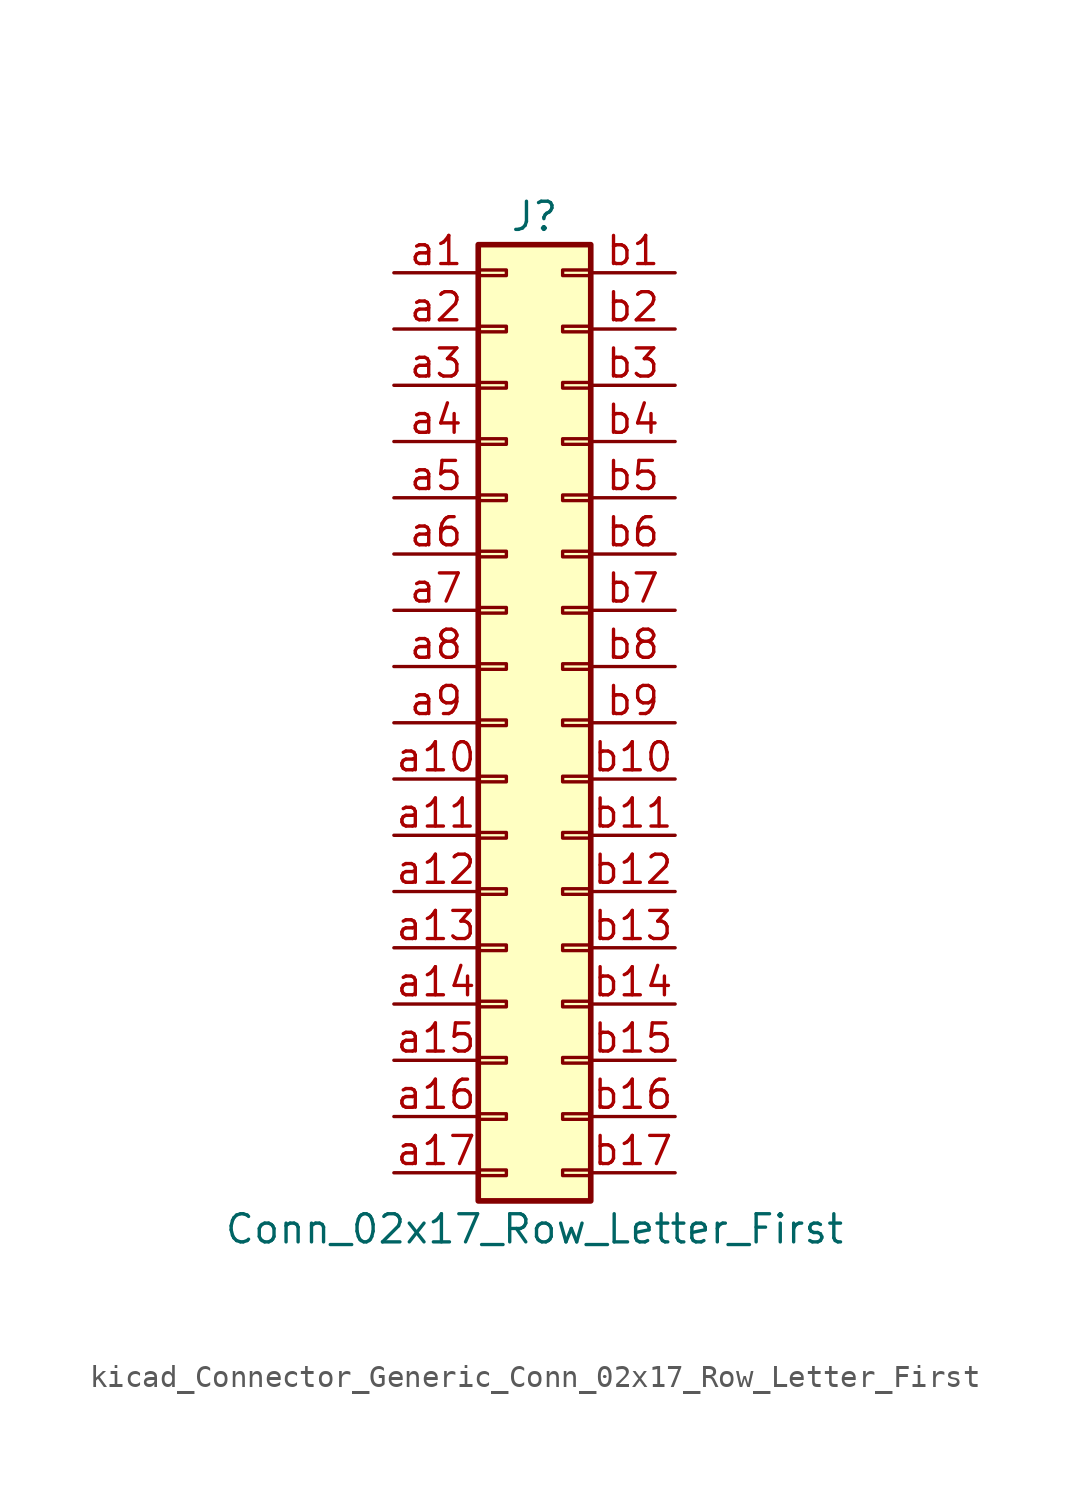
<source format=kicad_sym>
(kicad_symbol_lib
  (version 20220914)
  (generator kicad_symbol_editor)
  (symbol "kicad_Connector_Generic_Conn_02x17_Row_Letter_First"
    (pin_names
      (offset 1.016) hide)
    (property "Reference" "J"
      (at 1.27 22.86 0)
      (effects (font (size 1.27 1.27))))
    (property "Value" "Conn_02x17_Row_Letter_First"
      (at 1.27 -22.86 0)
      (effects (font (size 1.27 1.27))))
    (symbol "kicad_Connector_Generic_Conn_02x17_Row_Letter_First_1_1"
      (rectangle (start -1.27 -20.193) (end 0 -20.447) (stroke (width 0.152) (type default)) (fill (type none)))
      (rectangle (start -1.27 -17.653) (end 0 -17.907) (stroke (width 0.152) (type default)) (fill (type none)))
      (rectangle (start -1.27 -15.113) (end 0 -15.367) (stroke (width 0.152) (type default)) (fill (type none)))
      (rectangle (start -1.27 -12.573) (end 0 -12.827) (stroke (width 0.152) (type default)) (fill (type none)))
      (rectangle (start -1.27 -10.033) (end 0 -10.287) (stroke (width 0.152) (type default)) (fill (type none)))
      (rectangle (start -1.27 -7.493) (end 0 -7.747) (stroke (width 0.152) (type default)) (fill (type none)))
      (rectangle (start -1.27 -4.953) (end 0 -5.207) (stroke (width 0.152) (type default)) (fill (type none)))
      (rectangle (start -1.27 -2.413) (end 0 -2.667) (stroke (width 0.152) (type default)) (fill (type none)))
      (rectangle (start -1.27 0.127) (end 0 -0.127) (stroke (width 0.152) (type default)) (fill (type none)))
      (rectangle (start -1.27 2.667) (end 0 2.413) (stroke (width 0.152) (type default)) (fill (type none)))
      (rectangle (start -1.27 5.207) (end 0 4.953) (stroke (width 0.152) (type default)) (fill (type none)))
      (rectangle (start -1.27 7.747) (end 0 7.493) (stroke (width 0.152) (type default)) (fill (type none)))
      (rectangle (start -1.27 10.287) (end 0 10.033) (stroke (width 0.152) (type default)) (fill (type none)))
      (rectangle (start -1.27 12.827) (end 0 12.573) (stroke (width 0.152) (type default)) (fill (type none)))
      (rectangle (start -1.27 15.367) (end 0 15.113) (stroke (width 0.152) (type default)) (fill (type none)))
      (rectangle (start -1.27 17.907) (end 0 17.653) (stroke (width 0.152) (type default)) (fill (type none)))
      (rectangle (start -1.27 20.447) (end 0 20.193) (stroke (width 0.152) (type default)) (fill (type none)))
      (rectangle (start -1.27 21.59) (end 3.81 -21.59) (stroke (width 0.254) (type default)) (fill (type background)))
      (rectangle (start 3.81 -20.193) (end 2.54 -20.447) (stroke (width 0.152) (type default)) (fill (type none)))
      (rectangle (start 3.81 -17.653) (end 2.54 -17.907) (stroke (width 0.152) (type default)) (fill (type none)))
      (rectangle (start 3.81 -15.113) (end 2.54 -15.367) (stroke (width 0.152) (type default)) (fill (type none)))
      (rectangle (start 3.81 -12.573) (end 2.54 -12.827) (stroke (width 0.152) (type default)) (fill (type none)))
      (rectangle (start 3.81 -10.033) (end 2.54 -10.287) (stroke (width 0.152) (type default)) (fill (type none)))
      (rectangle (start 3.81 -7.493) (end 2.54 -7.747) (stroke (width 0.152) (type default)) (fill (type none)))
      (rectangle (start 3.81 -4.953) (end 2.54 -5.207) (stroke (width 0.152) (type default)) (fill (type none)))
      (rectangle (start 3.81 -2.413) (end 2.54 -2.667) (stroke (width 0.152) (type default)) (fill (type none)))
      (rectangle (start 3.81 0.127) (end 2.54 -0.127) (stroke (width 0.152) (type default)) (fill (type none)))
      (rectangle (start 3.81 2.667) (end 2.54 2.413) (stroke (width 0.152) (type default)) (fill (type none)))
      (rectangle (start 3.81 5.207) (end 2.54 4.953) (stroke (width 0.152) (type default)) (fill (type none)))
      (rectangle (start 3.81 7.747) (end 2.54 7.493) (stroke (width 0.152) (type default)) (fill (type none)))
      (rectangle (start 3.81 10.287) (end 2.54 10.033) (stroke (width 0.152) (type default)) (fill (type none)))
      (rectangle (start 3.81 12.827) (end 2.54 12.573) (stroke (width 0.152) (type default)) (fill (type none)))
      (rectangle (start 3.81 15.367) (end 2.54 15.113) (stroke (width 0.152) (type default)) (fill (type none)))
      (rectangle (start 3.81 17.907) (end 2.54 17.653) (stroke (width 0.152) (type default)) (fill (type none)))
      (rectangle (start 3.81 20.447) (end 2.54 20.193) (stroke (width 0.152) (type default)) (fill (type none)))
      (pin passive line (at -5.08 20.32 0) (length 3.81) (name "Pin_a1" (effects (font (size 1.27 1.27)))) (number "a1" (effects (font (size 1.27 1.27)))))
      (pin passive line (at -5.08 -2.54 0) (length 3.81) (name "Pin_a10" (effects (font (size 1.27 1.27)))) (number "a10" (effects (font (size 1.27 1.27)))))
      (pin passive line (at -5.08 -5.08 0) (length 3.81) (name "Pin_a11" (effects (font (size 1.27 1.27)))) (number "a11" (effects (font (size 1.27 1.27)))))
      (pin passive line (at -5.08 -7.62 0) (length 3.81) (name "Pin_a12" (effects (font (size 1.27 1.27)))) (number "a12" (effects (font (size 1.27 1.27)))))
      (pin passive line (at -5.08 -10.16 0) (length 3.81) (name "Pin_a13" (effects (font (size 1.27 1.27)))) (number "a13" (effects (font (size 1.27 1.27)))))
      (pin passive line (at -5.08 -12.7 0) (length 3.81) (name "Pin_a14" (effects (font (size 1.27 1.27)))) (number "a14" (effects (font (size 1.27 1.27)))))
      (pin passive line (at -5.08 -15.24 0) (length 3.81) (name "Pin_a15" (effects (font (size 1.27 1.27)))) (number "a15" (effects (font (size 1.27 1.27)))))
      (pin passive line (at -5.08 -17.78 0) (length 3.81) (name "Pin_a16" (effects (font (size 1.27 1.27)))) (number "a16" (effects (font (size 1.27 1.27)))))
      (pin passive line (at -5.08 -20.32 0) (length 3.81) (name "Pin_a17" (effects (font (size 1.27 1.27)))) (number "a17" (effects (font (size 1.27 1.27)))))
      (pin passive line (at -5.08 17.78 0) (length 3.81) (name "Pin_a2" (effects (font (size 1.27 1.27)))) (number "a2" (effects (font (size 1.27 1.27)))))
      (pin passive line (at -5.08 15.24 0) (length 3.81) (name "Pin_a3" (effects (font (size 1.27 1.27)))) (number "a3" (effects (font (size 1.27 1.27)))))
      (pin passive line (at -5.08 12.7 0) (length 3.81) (name "Pin_a4" (effects (font (size 1.27 1.27)))) (number "a4" (effects (font (size 1.27 1.27)))))
      (pin passive line (at -5.08 10.16 0) (length 3.81) (name "Pin_a5" (effects (font (size 1.27 1.27)))) (number "a5" (effects (font (size 1.27 1.27)))))
      (pin passive line (at -5.08 7.62 0) (length 3.81) (name "Pin_a6" (effects (font (size 1.27 1.27)))) (number "a6" (effects (font (size 1.27 1.27)))))
      (pin passive line (at -5.08 5.08 0) (length 3.81) (name "Pin_a7" (effects (font (size 1.27 1.27)))) (number "a7" (effects (font (size 1.27 1.27)))))
      (pin passive line (at -5.08 2.54 0) (length 3.81) (name "Pin_a8" (effects (font (size 1.27 1.27)))) (number "a8" (effects (font (size 1.27 1.27)))))
      (pin passive line (at -5.08 0 0) (length 3.81) (name "Pin_a9" (effects (font (size 1.27 1.27)))) (number "a9" (effects (font (size 1.27 1.27)))))
      (pin passive line (at 7.62 20.32 180) (length 3.81) (name "Pin_b1" (effects (font (size 1.27 1.27)))) (number "b1" (effects (font (size 1.27 1.27)))))
      (pin passive line (at 7.62 -2.54 180) (length 3.81) (name "Pin_b10" (effects (font (size 1.27 1.27)))) (number "b10" (effects (font (size 1.27 1.27)))))
      (pin passive line (at 7.62 -5.08 180) (length 3.81) (name "Pin_b11" (effects (font (size 1.27 1.27)))) (number "b11" (effects (font (size 1.27 1.27)))))
      (pin passive line (at 7.62 -7.62 180) (length 3.81) (name "Pin_b12" (effects (font (size 1.27 1.27)))) (number "b12" (effects (font (size 1.27 1.27)))))
      (pin passive line (at 7.62 -10.16 180) (length 3.81) (name "Pin_b13" (effects (font (size 1.27 1.27)))) (number "b13" (effects (font (size 1.27 1.27)))))
      (pin passive line (at 7.62 -12.7 180) (length 3.81) (name "Pin_b14" (effects (font (size 1.27 1.27)))) (number "b14" (effects (font (size 1.27 1.27)))))
      (pin passive line (at 7.62 -15.24 180) (length 3.81) (name "Pin_b15" (effects (font (size 1.27 1.27)))) (number "b15" (effects (font (size 1.27 1.27)))))
      (pin passive line (at 7.62 -17.78 180) (length 3.81) (name "Pin_b16" (effects (font (size 1.27 1.27)))) (number "b16" (effects (font (size 1.27 1.27)))))
      (pin passive line (at 7.62 -20.32 180) (length 3.81) (name "Pin_b17" (effects (font (size 1.27 1.27)))) (number "b17" (effects (font (size 1.27 1.27)))))
      (pin passive line (at 7.62 17.78 180) (length 3.81) (name "Pin_b2" (effects (font (size 1.27 1.27)))) (number "b2" (effects (font (size 1.27 1.27)))))
      (pin passive line (at 7.62 15.24 180) (length 3.81) (name "Pin_b3" (effects (font (size 1.27 1.27)))) (number "b3" (effects (font (size 1.27 1.27)))))
      (pin passive line (at 7.62 12.7 180) (length 3.81) (name "Pin_b4" (effects (font (size 1.27 1.27)))) (number "b4" (effects (font (size 1.27 1.27)))))
      (pin passive line (at 7.62 10.16 180) (length 3.81) (name "Pin_b5" (effects (font (size 1.27 1.27)))) (number "b5" (effects (font (size 1.27 1.27)))))
      (pin passive line (at 7.62 7.62 180) (length 3.81) (name "Pin_b6" (effects (font (size 1.27 1.27)))) (number "b6" (effects (font (size 1.27 1.27)))))
      (pin passive line (at 7.62 5.08 180) (length 3.81) (name "Pin_b7" (effects (font (size 1.27 1.27)))) (number "b7" (effects (font (size 1.27 1.27)))))
      (pin passive line (at 7.62 2.54 180) (length 3.81) (name "Pin_b8" (effects (font (size 1.27 1.27)))) (number "b8" (effects (font (size 1.27 1.27)))))
      (pin passive line (at 7.62 0 180) (length 3.81) (name "Pin_b9" (effects (font (size 1.27 1.27)))) (number "b9" (effects (font (size 1.27 1.27))))))))
</source>
